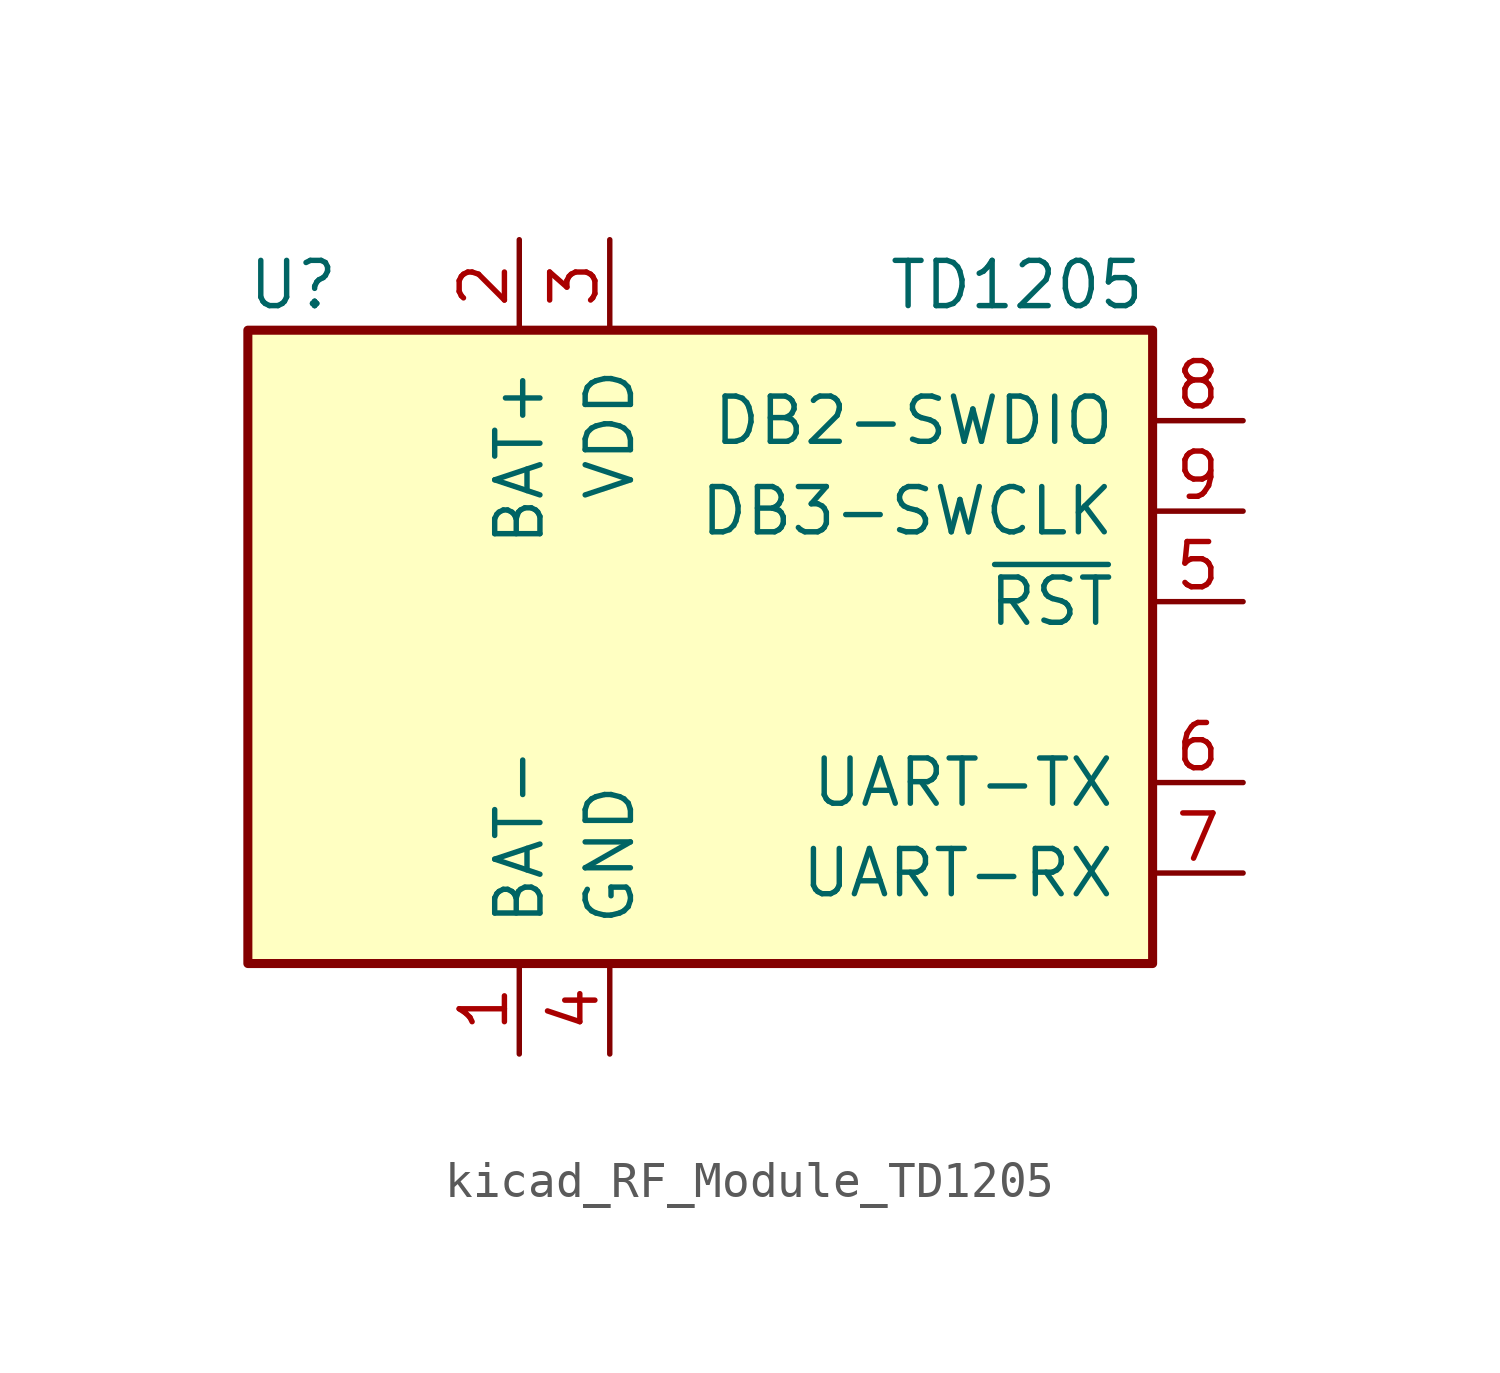
<source format=kicad_sym>
(kicad_symbol_lib
  (version 20220914)
  (generator kicad_symbol_editor)
  (symbol "kicad_RF_Module_TD1205"
    (pin_names
      (offset 1.016))
    (property "Reference" "U"
      (at -11.43 11.43 0)
      (effects (font (size 1.27 1.27))))
    (property "Value" "TD1205"
      (at 8.89 11.43 0)
      (effects (font (size 1.27 1.27))))
    (symbol "kicad_RF_Module_TD1205_0_1"
      (rectangle (start -12.7 10.16) (end 12.7 -7.62) (stroke (width 0.254) (type default)) (fill (type background))))
    (symbol "kicad_RF_Module_TD1205_1_1"
      (pin power_in line (at -5.08 -10.16 90) (length 2.54) (name "BAT-" (effects (font (size 1.27 1.27)))) (number "1" (effects (font (size 1.27 1.27)))))
      (pin power_in line (at -5.08 12.7 270) (length 2.54) (name "BAT+" (effects (font (size 1.27 1.27)))) (number "2" (effects (font (size 1.27 1.27)))))
      (pin power_in line (at -2.54 12.7 270) (length 2.54) (name "VDD" (effects (font (size 1.27 1.27)))) (number "3" (effects (font (size 1.27 1.27)))))
      (pin power_in line (at -2.54 -10.16 90) (length 2.54) (name "GND" (effects (font (size 1.27 1.27)))) (number "4" (effects (font (size 1.27 1.27)))))
      (pin input line (at 15.24 2.54 180) (length 2.54) (name "~{RST}" (effects (font (size 1.27 1.27)))) (number "5" (effects (font (size 1.27 1.27)))))
      (pin bidirectional line (at 15.24 -2.54 180) (length 2.54) (name "UART-TX" (effects (font (size 1.27 1.27)))) (number "6" (effects (font (size 1.27 1.27)))))
      (pin bidirectional line (at 15.24 -5.08 180) (length 2.54) (name "UART-RX" (effects (font (size 1.27 1.27)))) (number "7" (effects (font (size 1.27 1.27)))))
      (pin bidirectional line (at 15.24 7.62 180) (length 2.54) (name "DB2-SWDIO" (effects (font (size 1.27 1.27)))) (number "8" (effects (font (size 1.27 1.27)))))
      (pin bidirectional line (at 15.24 5.08 180) (length 2.54) (name "DB3-SWCLK" (effects (font (size 1.27 1.27)))) (number "9" (effects (font (size 1.27 1.27))))))))
</source>
